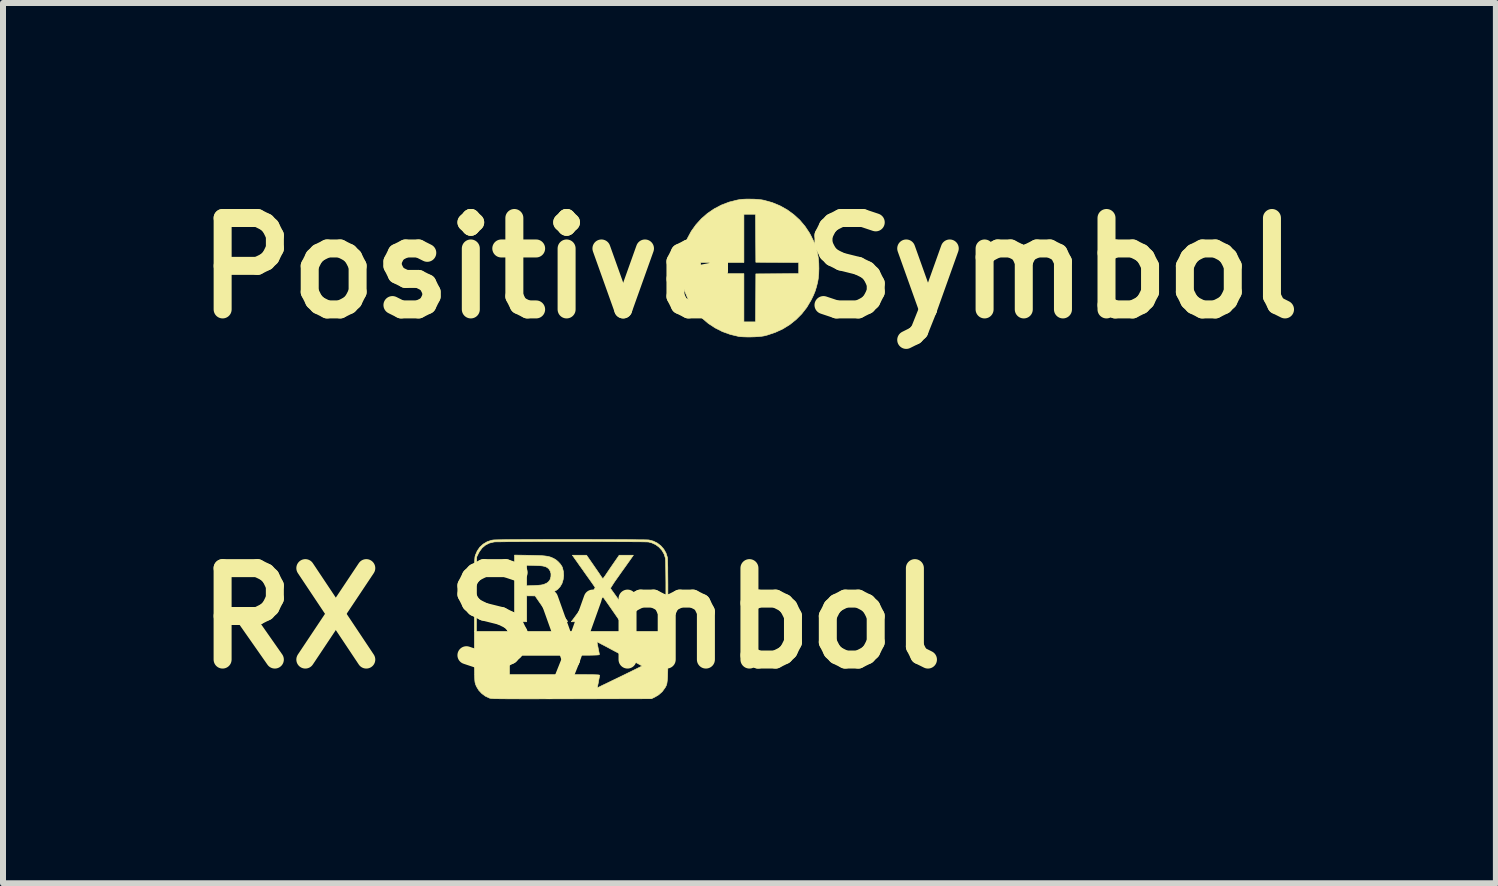
<source format=kicad_pcb>
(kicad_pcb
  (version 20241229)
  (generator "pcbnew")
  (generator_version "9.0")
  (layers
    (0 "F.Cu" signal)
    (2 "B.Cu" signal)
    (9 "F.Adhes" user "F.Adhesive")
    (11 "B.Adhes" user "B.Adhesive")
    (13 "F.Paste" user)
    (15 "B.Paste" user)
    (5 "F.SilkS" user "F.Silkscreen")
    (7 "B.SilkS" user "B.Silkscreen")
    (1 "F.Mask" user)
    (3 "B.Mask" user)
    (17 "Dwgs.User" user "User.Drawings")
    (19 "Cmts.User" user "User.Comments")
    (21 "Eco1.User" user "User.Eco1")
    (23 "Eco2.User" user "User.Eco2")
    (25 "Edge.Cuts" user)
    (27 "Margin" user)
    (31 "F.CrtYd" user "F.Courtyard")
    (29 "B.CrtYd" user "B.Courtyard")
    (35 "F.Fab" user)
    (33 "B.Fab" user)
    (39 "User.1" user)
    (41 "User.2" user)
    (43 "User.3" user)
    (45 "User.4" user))
  (footprint "Positive Symbol"
    (layer "F.Cu")
    (at 9.442 1.418)
    (property "Reference" "Positive Symbol" (at 0 0 0) (layer "F.SilkS") (effects (font (size 1.524 1.524) (thickness 0.3))))
    (attr through_hole)
    (fp_poly (pts (xy 0.079 -1.148) (xy 0.146 -1.143) (xy 0.204 -1.137) (xy 0.241 -1.13) (xy 0.378 -1.092) (xy 0.507 -1.039) (xy 0.627 -0.972) (xy 0.737 -0.892) (xy 0.837 -0.801) (xy 0.925 -0.697) (xy 1.001 -0.583) (xy 1.027 -0.534) (xy 1.064 -0.459) (xy 1.092 -0.39) (xy 1.115 -0.32) (xy 1.134 -0.242) (xy 1.136 -0.236) (xy 1.148 -0.164) (xy 1.155 -0.08) (xy 1.157 0.008) (xy 1.154 0.096) (xy 1.146 0.178) (xy 1.136 0.236) (xy 1.116 0.315) (xy 1.094 0.386) (xy 1.066 0.454) (xy 1.03 0.529) (xy 1.027 0.534) (xy 0.957 0.653) (xy 0.873 0.761) (xy 0.778 0.857) (xy 0.672 0.942) (xy 0.556 1.014) (xy 0.43 1.072) (xy 0.296 1.117) (xy 0.241 1.131) (xy 0.201 1.137) (xy 0.148 1.142) (xy 0.086 1.146) (xy 0.021 1.148) (xy -0.044 1.148) (xy -0.104 1.146) (xy -0.154 1.143) (xy -0.182 1.139) (xy -0.32 1.106) (xy -0.451 1.059) (xy -0.573 0.997) (xy -0.686 0.923) (xy -0.789 0.835) (xy -0.881 0.736) (xy -0.961 0.626) (xy -1.029 0.506) (xy -1.083 0.376) (xy -1.088 0.361) (xy -1.116 0.263) (xy -1.134 0.163) (xy -1.142 0.055) (xy -1.143 0) (xy -1.14 -0.093) (xy -0.813 -0.093) (xy -0.813 0.093) (xy -0.093 0.093) (xy -0.093 0.897) (xy 0.101 0.897) (xy 0.104 0.497) (xy 0.106 0.097) (xy 0.464 0.095) (xy 0.821 0.093) (xy 0.821 -0.093) (xy 0.464 -0.095) (xy 0.106 -0.097) (xy 0.101 -0.897) (xy -0.093 -0.897) (xy -0.093 -0.093) (xy -0.813 -0.093) (xy -1.14 -0.093) (xy -1.139 -0.111) (xy -1.126 -0.212) (xy -1.104 -0.309) (xy -1.087 -0.364) (xy -1.035 -0.493) (xy -0.97 -0.614) (xy -0.891 -0.724) (xy -0.8 -0.824) (xy -0.699 -0.912) (xy -0.587 -0.988) (xy -0.467 -1.051) (xy -0.338 -1.1) (xy -0.202 -1.134) (xy -0.169 -1.14) (xy -0.119 -1.146) (xy -0.058 -1.149) (xy 0.01 -1.149) (xy 0.079 -1.148)) (stroke (width 0.01) (type solid)) (fill yes) (layer "F.SilkS")))
  (footprint "RX Symbol"
    (layer "F.Cu")
    (at 6.466 7.254)
    (property "Reference" "RX Symbol" (at 0 0 0) (layer "F.SilkS") (effects (font (size 1.524 1.524) (thickness 0.3))))
    (attr through_hole)
    (fp_poly (pts (xy -0.688 -1.048) (xy -0.606 -1.046) (xy -0.538 -1.044) (xy -0.483 -1.042) (xy -0.438 -1.038) (xy -0.401 -1.033) (xy -0.37 -1.027) (xy -0.342 -1.019) (xy -0.315 -1.008) (xy -0.29 -0.997) (xy -0.251 -0.974) (xy -0.212 -0.941) (xy -0.177 -0.903) (xy -0.151 -0.864) (xy -0.141 -0.842) (xy -0.125 -0.776) (xy -0.121 -0.708) (xy -0.13 -0.641) (xy -0.149 -0.579) (xy -0.18 -0.526) (xy -0.219 -0.483) (xy -0.225 -0.479) (xy -0.246 -0.464) (xy -0.275 -0.448) (xy -0.307 -0.432) (xy -0.336 -0.418) (xy -0.36 -0.409) (xy -0.37 -0.406) (xy -0.38 -0.402) (xy -0.381 -0.4) (xy -0.376 -0.392) (xy -0.362 -0.372) (xy -0.341 -0.341) (xy -0.313 -0.302) (xy -0.28 -0.256) (xy -0.242 -0.204) (xy -0.217 -0.169) (xy -0.054 0.055) (xy -0.172 0.057) (xy -0.217 0.058) (xy -0.255 0.057) (xy -0.283 0.055) (xy -0.298 0.052) (xy -0.299 0.052) (xy -0.307 0.043) (xy -0.322 0.022) (xy -0.344 -0.009) (xy -0.373 -0.049) (xy -0.405 -0.096) (xy -0.441 -0.147) (xy -0.453 -0.164) (xy -0.597 -0.372) (xy -0.737 -0.373) (xy -0.737 0.059) (xy -0.94 0.059) (xy -0.94 -0.54) (xy -0.737 -0.54) (xy -0.616 -0.544) (xy -0.55 -0.548) (xy -0.499 -0.553) (xy -0.462 -0.56) (xy -0.453 -0.563) (xy -0.406 -0.583) (xy -0.374 -0.607) (xy -0.351 -0.638) (xy -0.346 -0.647) (xy -0.333 -0.694) (xy -0.332 -0.742) (xy -0.345 -0.786) (xy -0.369 -0.823) (xy -0.374 -0.827) (xy -0.394 -0.844) (xy -0.417 -0.856) (xy -0.444 -0.865) (xy -0.479 -0.872) (xy -0.525 -0.876) (xy -0.584 -0.878) (xy -0.599 -0.879) (xy -0.737 -0.883) (xy -0.737 -0.54) (xy -0.94 -0.54) (xy -0.94 -1.052) (xy -0.688 -1.048)) (stroke (width 0.01) (type solid)) (fill yes) (layer "F.SilkS"))
    (fp_poly (pts (xy 0.379 -0.878) (xy 0.412 -0.83) (xy 0.444 -0.784) (xy 0.471 -0.745) (xy 0.492 -0.713) (xy 0.507 -0.691) (xy 0.512 -0.684) (xy 0.524 -0.668) (xy 0.533 -0.66) (xy 0.533 -0.66) (xy 0.54 -0.667) (xy 0.554 -0.685) (xy 0.573 -0.711) (xy 0.588 -0.734) (xy 0.611 -0.768) (xy 0.64 -0.811) (xy 0.672 -0.858) (xy 0.705 -0.906) (xy 0.721 -0.929) (xy 0.805 -1.05) (xy 0.923 -1.05) (xy 1.041 -1.05) (xy 0.971 -0.95) (xy 0.945 -0.914) (xy 0.912 -0.867) (xy 0.874 -0.814) (xy 0.833 -0.757) (xy 0.794 -0.701) (xy 0.777 -0.677) (xy 0.742 -0.628) (xy 0.712 -0.584) (xy 0.688 -0.546) (xy 0.67 -0.518) (xy 0.661 -0.5) (xy 0.66 -0.495) (xy 0.666 -0.487) (xy 0.681 -0.466) (xy 0.704 -0.434) (xy 0.733 -0.394) (xy 0.768 -0.345) (xy 0.807 -0.291) (xy 0.85 -0.232) (xy 0.863 -0.214) (xy 1.058 0.059) (xy 0.824 0.059) (xy 0.681 -0.148) (xy 0.645 -0.2) (xy 0.612 -0.247) (xy 0.583 -0.288) (xy 0.559 -0.321) (xy 0.543 -0.343) (xy 0.534 -0.354) (xy 0.533 -0.355) (xy 0.528 -0.349) (xy 0.514 -0.33) (xy 0.492 -0.3) (xy 0.465 -0.262) (xy 0.433 -0.217) (xy 0.398 -0.166) (xy 0.385 -0.148) (xy 0.241 0.059) (xy 0.124 0.059) (xy 0.006 0.059) (xy 0.027 0.032) (xy 0.057 -0.009) (xy 0.092 -0.056) (xy 0.129 -0.108) (xy 0.168 -0.164) (xy 0.208 -0.22) (xy 0.247 -0.276) (xy 0.285 -0.33) (xy 0.319 -0.38) (xy 0.349 -0.424) (xy 0.374 -0.461) (xy 0.392 -0.489) (xy 0.402 -0.506) (xy 0.404 -0.511) (xy 0.398 -0.52) (xy 0.384 -0.541) (xy 0.362 -0.573) (xy 0.334 -0.613) (xy 0.3 -0.661) (xy 0.262 -0.714) (xy 0.228 -0.762) (xy 0.188 -0.819) (xy 0.149 -0.873) (xy 0.115 -0.922) (xy 0.086 -0.963) (xy 0.062 -0.996) (xy 0.047 -1.018) (xy 0.041 -1.027) (xy 0.024 -1.05) (xy 0.142 -1.05) (xy 0.26 -1.05) (xy 0.379 -0.878)) (stroke (width 0.01) (type solid)) (fill yes) (layer "F.SilkS"))
    (fp_poly (pts (xy 0.069 -1.312) (xy 0.199 -1.312) (xy 0.327 -1.312) (xy 0.452 -1.311) (xy 0.573 -1.311) (xy 0.689 -1.311) (xy 0.798 -1.31) (xy 0.899 -1.31) (xy 0.992 -1.309) (xy 1.075 -1.308) (xy 1.147 -1.307) (xy 1.207 -1.307) (xy 1.253 -1.306) (xy 1.284 -1.305) (xy 1.3 -1.304) (xy 1.373 -1.285) (xy 1.44 -1.252) (xy 1.499 -1.206) (xy 1.548 -1.15) (xy 1.585 -1.085) (xy 1.608 -1.013) (xy 1.609 -1.008) (xy 1.61 -0.992) (xy 1.611 -0.96) (xy 1.612 -0.911) (xy 1.614 -0.846) (xy 1.614 -0.767) (xy 1.615 -0.673) (xy 1.616 -0.564) (xy 1.616 -0.441) (xy 1.617 -0.306) (xy 1.617 -0.157) (xy 1.617 0.005) (xy 1.617 0.02) (xy 1.617 0.176) (xy 1.617 0.315) (xy 1.617 0.44) (xy 1.617 0.55) (xy 1.616 0.647) (xy 1.616 0.732) (xy 1.615 0.806) (xy 1.614 0.869) (xy 1.612 0.923) (xy 1.611 0.968) (xy 1.609 1.006) (xy 1.606 1.038) (xy 1.603 1.063) (xy 1.6 1.084) (xy 1.596 1.101) (xy 1.591 1.116) (xy 1.586 1.128) (xy 1.58 1.14) (xy 1.574 1.151) (xy 1.569 1.159) (xy 1.522 1.224) (xy 1.462 1.277) (xy 1.407 1.31) (xy 1.343 1.342) (xy 0.013 1.344) (xy -0.163 1.344) (xy -0.322 1.344) (xy -0.467 1.344) (xy -0.597 1.345) (xy -0.713 1.345) (xy -0.816 1.345) (xy -0.907 1.344) (xy -0.987 1.344) (xy -1.056 1.344) (xy -1.116 1.343) (xy -1.167 1.343) (xy -1.209 1.342) (xy -1.245 1.341) (xy -1.274 1.341) (xy -1.297 1.339) (xy -1.315 1.338) (xy -1.33 1.337) (xy -1.341 1.335) (xy -1.35 1.334) (xy -1.357 1.332) (xy -1.361 1.33) (xy -1.427 1.299) (xy -1.487 1.254) (xy -1.537 1.2) (xy -1.575 1.137) (xy -1.592 1.095) (xy -1.594 1.086) (xy -1.596 1.077) (xy -1.599 1.067) (xy -1.6 1.054) (xy -1.602 1.038) (xy -1.603 1.018) (xy -1.604 0.993) (xy -1.605 0.962) (xy -1.606 0.924) (xy -1.607 0.877) (xy -1.607 0.822) (xy -1.608 0.758) (xy -1.608 0.682) (xy -1.608 0.618) (xy -1.024 0.618) (xy -1.024 0.94) (xy -0.27 0.94) (xy -0.14 0.94) (xy -0.026 0.94) (xy 0.074 0.94) (xy 0.159 0.94) (xy 0.232 0.94) (xy 0.293 0.941) (xy 0.343 0.941) (xy 0.384 0.942) (xy 0.416 0.943) (xy 0.44 0.944) (xy 0.457 0.945) (xy 0.468 0.947) (xy 0.475 0.949) (xy 0.479 0.951) (xy 0.48 0.953) (xy 0.479 0.955) (xy 0.476 0.969) (xy 0.471 0.996) (xy 0.464 1.03) (xy 0.461 1.046) (xy 0.455 1.082) (xy 0.448 1.114) (xy 0.444 1.137) (xy 0.443 1.142) (xy 0.441 1.156) (xy 0.448 1.157) (xy 0.454 1.154) (xy 0.465 1.149) (xy 0.489 1.137) (xy 0.525 1.119) (xy 0.572 1.097) (xy 0.628 1.07) (xy 0.691 1.039) (xy 0.76 1.006) (xy 0.828 0.973) (xy 0.9 0.938) (xy 0.967 0.905) (xy 1.028 0.875) (xy 1.081 0.849) (xy 1.125 0.827) (xy 1.158 0.811) (xy 1.179 0.8) (xy 1.185 0.796) (xy 1.178 0.791) (xy 1.158 0.78) (xy 1.126 0.762) (xy 1.084 0.739) (xy 1.034 0.712) (xy 0.978 0.682) (xy 0.917 0.649) (xy 0.854 0.615) (xy 0.789 0.58) (xy 0.724 0.546) (xy 0.662 0.513) (xy 0.605 0.482) (xy 0.552 0.454) (xy 0.507 0.431) (xy 0.472 0.412) (xy 0.447 0.4) (xy 0.435 0.394) (xy 0.434 0.394) (xy 0.435 0.402) (xy 0.439 0.423) (xy 0.445 0.455) (xy 0.453 0.493) (xy 0.453 0.494) (xy 0.461 0.534) (xy 0.468 0.568) (xy 0.473 0.593) (xy 0.474 0.605) (xy 0.473 0.608) (xy 0.467 0.61) (xy 0.458 0.611) (xy 0.442 0.613) (xy 0.42 0.614) (xy 0.39 0.615) (xy 0.351 0.616) (xy 0.303 0.617) (xy 0.244 0.617) (xy 0.173 0.617) (xy 0.09 0.618) (xy -0.007 0.618) (xy -0.119 0.618) (xy -0.246 0.618) (xy -0.275 0.618) (xy -1.024 0.618) (xy -1.608 0.618) (xy -1.608 0.595) (xy -1.609 0.495) (xy -1.609 0.381) (xy -1.609 0.253) (xy -1.609 0.22) (xy -1.575 0.22) (xy 1.583 0.22) (xy 1.583 -0.367) (xy 1.583 -0.481) (xy 1.583 -0.587) (xy 1.582 -0.683) (xy 1.581 -0.768) (xy 1.58 -0.842) (xy 1.579 -0.903) (xy 1.578 -0.95) (xy 1.576 -0.983) (xy 1.575 -0.999) (xy 1.554 -1.067) (xy 1.518 -1.13) (xy 1.47 -1.183) (xy 1.413 -1.226) (xy 1.347 -1.256) (xy 1.294 -1.27) (xy 1.279 -1.271) (xy 1.248 -1.272) (xy 1.202 -1.273) (xy 1.143 -1.274) (xy 1.072 -1.274) (xy 0.989 -1.275) (xy 0.897 -1.276) (xy 0.795 -1.276) (xy 0.687 -1.277) (xy 0.572 -1.277) (xy 0.451 -1.278) (xy 0.327 -1.278) (xy 0.199 -1.278) (xy 0.07 -1.278) (xy -0.06 -1.278) (xy -0.189 -1.278) (xy -0.317 -1.278) (xy -0.441 -1.278) (xy -0.562 -1.278) (xy -0.677 -1.277) (xy -0.786 -1.277) (xy -0.887 -1.276) (xy -0.979 -1.276) (xy -1.062 -1.275) (xy -1.133 -1.274) (xy -1.193 -1.273) (xy -1.238 -1.273) (xy -1.27 -1.272) (xy -1.285 -1.27) (xy -1.359 -1.252) (xy -1.424 -1.219) (xy -1.479 -1.173) (xy -1.524 -1.113) (xy -1.539 -1.086) (xy -1.571 -1.021) (xy -1.573 -0.4) (xy -1.575 0.22) (xy -1.609 0.22) (xy -1.609 0.11) (xy -1.609 0.021) (xy -1.609 -0.132) (xy -1.609 -0.268) (xy -1.609 -0.39) (xy -1.608 -0.497) (xy -1.608 -0.592) (xy -1.608 -0.674) (xy -1.608 -0.745) (xy -1.607 -0.805) (xy -1.607 -0.856) (xy -1.606 -0.899) (xy -1.605 -0.934) (xy -1.604 -0.963) (xy -1.603 -0.985) (xy -1.601 -1.003) (xy -1.6 -1.018) (xy -1.598 -1.029) (xy -1.595 -1.039) (xy -1.593 -1.047) (xy -1.592 -1.051) (xy -1.561 -1.122) (xy -1.518 -1.184) (xy -1.462 -1.235) (xy -1.397 -1.274) (xy -1.324 -1.299) (xy -1.293 -1.304) (xy -1.277 -1.305) (xy -1.246 -1.306) (xy -1.199 -1.307) (xy -1.14 -1.308) (xy -1.068 -1.309) (xy -0.985 -1.31) (xy -0.892 -1.31) (xy -0.79 -1.311) (xy -0.681 -1.311) (xy -0.565 -1.311) (xy -0.444 -1.312) (xy -0.319 -1.312) (xy -0.191 -1.312) (xy -0.061 -1.312) (xy 0.069 -1.312)) (stroke (width 0.01) (type solid)) (fill yes) (layer "F.SilkS")))
  (gr_rect
    (start -3 -3)
    (end 21.883 11.672)
    (stroke (width 0.1) (type default))
    (fill no)
    (layer "Edge.Cuts")))
</source>
